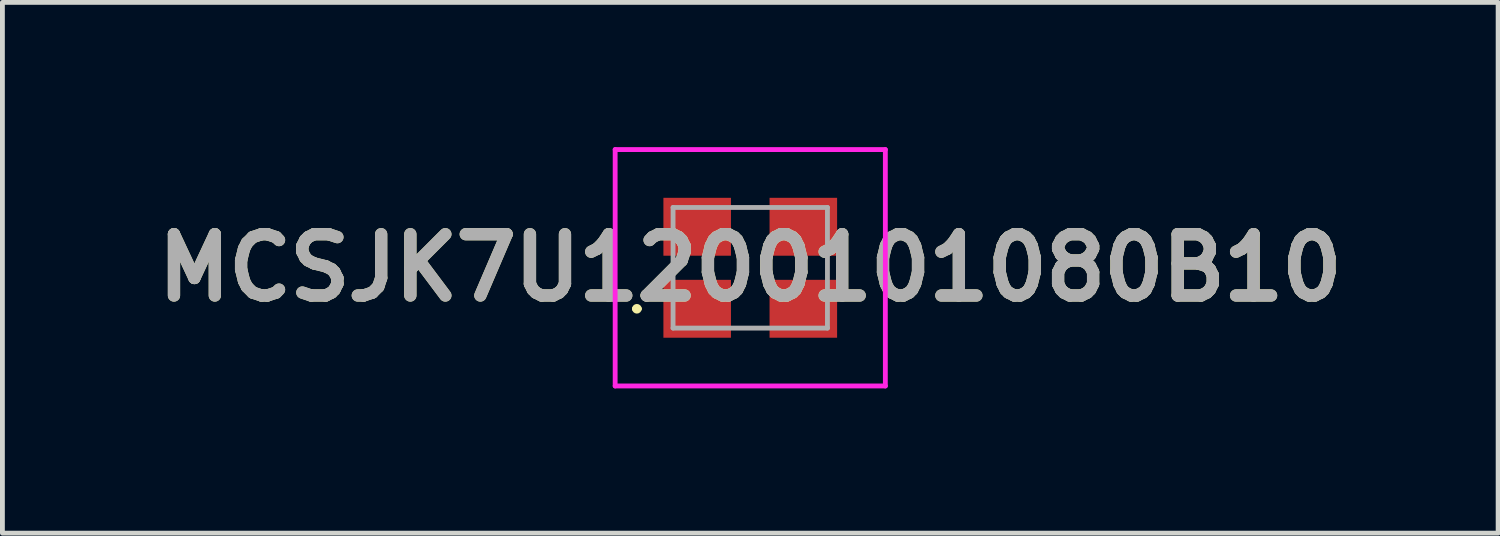
<source format=kicad_pcb>
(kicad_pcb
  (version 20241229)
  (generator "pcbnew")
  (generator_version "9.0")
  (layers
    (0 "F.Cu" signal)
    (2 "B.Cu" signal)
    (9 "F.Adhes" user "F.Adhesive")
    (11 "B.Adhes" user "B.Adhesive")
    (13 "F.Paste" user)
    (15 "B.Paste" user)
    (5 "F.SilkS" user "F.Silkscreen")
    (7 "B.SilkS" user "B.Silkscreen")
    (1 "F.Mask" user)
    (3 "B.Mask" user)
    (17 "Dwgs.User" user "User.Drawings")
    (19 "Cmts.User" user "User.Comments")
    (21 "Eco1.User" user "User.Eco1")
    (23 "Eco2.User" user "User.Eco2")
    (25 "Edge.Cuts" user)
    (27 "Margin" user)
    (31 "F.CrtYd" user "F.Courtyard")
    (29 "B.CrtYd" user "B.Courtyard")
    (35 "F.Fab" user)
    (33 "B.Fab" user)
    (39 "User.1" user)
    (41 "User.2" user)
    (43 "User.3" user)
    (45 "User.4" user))
  (footprint "MCSJK7U1200101080B10"
    (layer "F.Cu")
    (at 12.5 2.5)
    (property "Reference" "MCSJK7U1200101080B10" (at 0 0 0) (layer "F.SilkS") (effects (font (size 1.27 1.27) (thickness 0.254))))
    (attr smd)
    (fp_line (start -2.4 0.85) (end -2.4 0.85) (stroke (width 0.1) (type solid)) (layer "F.SilkS"))
    (fp_line (start -2.3 0.85) (end -2.3 0.85) (stroke (width 0.1) (type solid)) (layer "F.SilkS"))
    (fp_arc (start -2.4 0.85) (mid -2.35 0.8) (end -2.3 0.85) (stroke (width 0.1) (type solid)) (layer "F.SilkS"))
    (fp_arc (start -2.3 0.85) (mid -2.35 0.9) (end -2.4 0.85) (stroke (width 0.1) (type solid)) (layer "F.SilkS"))
    (fp_line (start -2.8 -2.45) (end 2.8 -2.45) (stroke (width 0.1) (type solid)) (layer "F.CrtYd"))
    (fp_line (start -2.8 2.45) (end -2.8 -2.45) (stroke (width 0.1) (type solid)) (layer "F.CrtYd"))
    (fp_line (start 2.8 -2.45) (end 2.8 2.45) (stroke (width 0.1) (type solid)) (layer "F.CrtYd"))
    (fp_line (start 2.8 2.45) (end -2.8 2.45) (stroke (width 0.1) (type solid)) (layer "F.CrtYd"))
    (fp_line (start -1.6 -1.25) (end 1.6 -1.25) (stroke (width 0.1) (type solid)) (layer "F.Fab"))
    (fp_line (start -1.6 1.25) (end -1.6 -1.25) (stroke (width 0.1) (type solid)) (layer "F.Fab"))
    (fp_line (start 1.6 -1.25) (end 1.6 1.25) (stroke (width 0.1) (type solid)) (layer "F.Fab"))
    (fp_line (start 1.6 1.25) (end -1.6 1.25) (stroke (width 0.1) (type solid)) (layer "F.Fab"))
    (fp_text user "${REFERENCE}" (at 0 0 0) (layer "F.Fab") (effects (font (size 1.27 1.27) (thickness 0.254))))
    (pad "1" smd rect (at -1.1 0.85 90) (size 1.2 1.4) (layers "F.Cu" "F.Mask" "F.Paste"))
    (pad "2" smd rect (at 1.1 0.85 90) (size 1.2 1.4) (layers "F.Cu" "F.Mask" "F.Paste"))
    (pad "3" smd rect (at 1.1 -0.85 90) (size 1.2 1.4) (layers "F.Cu" "F.Mask" "F.Paste"))
    (pad "4" smd rect (at -1.1 -0.85 90) (size 1.2 1.4) (layers "F.Cu" "F.Mask" "F.Paste")))
  (gr_rect
    (start -3 -3)
    (end 28.001 8)
    (stroke (width 0.1) (type default))
    (fill no)
    (layer "Edge.Cuts")))
</source>
